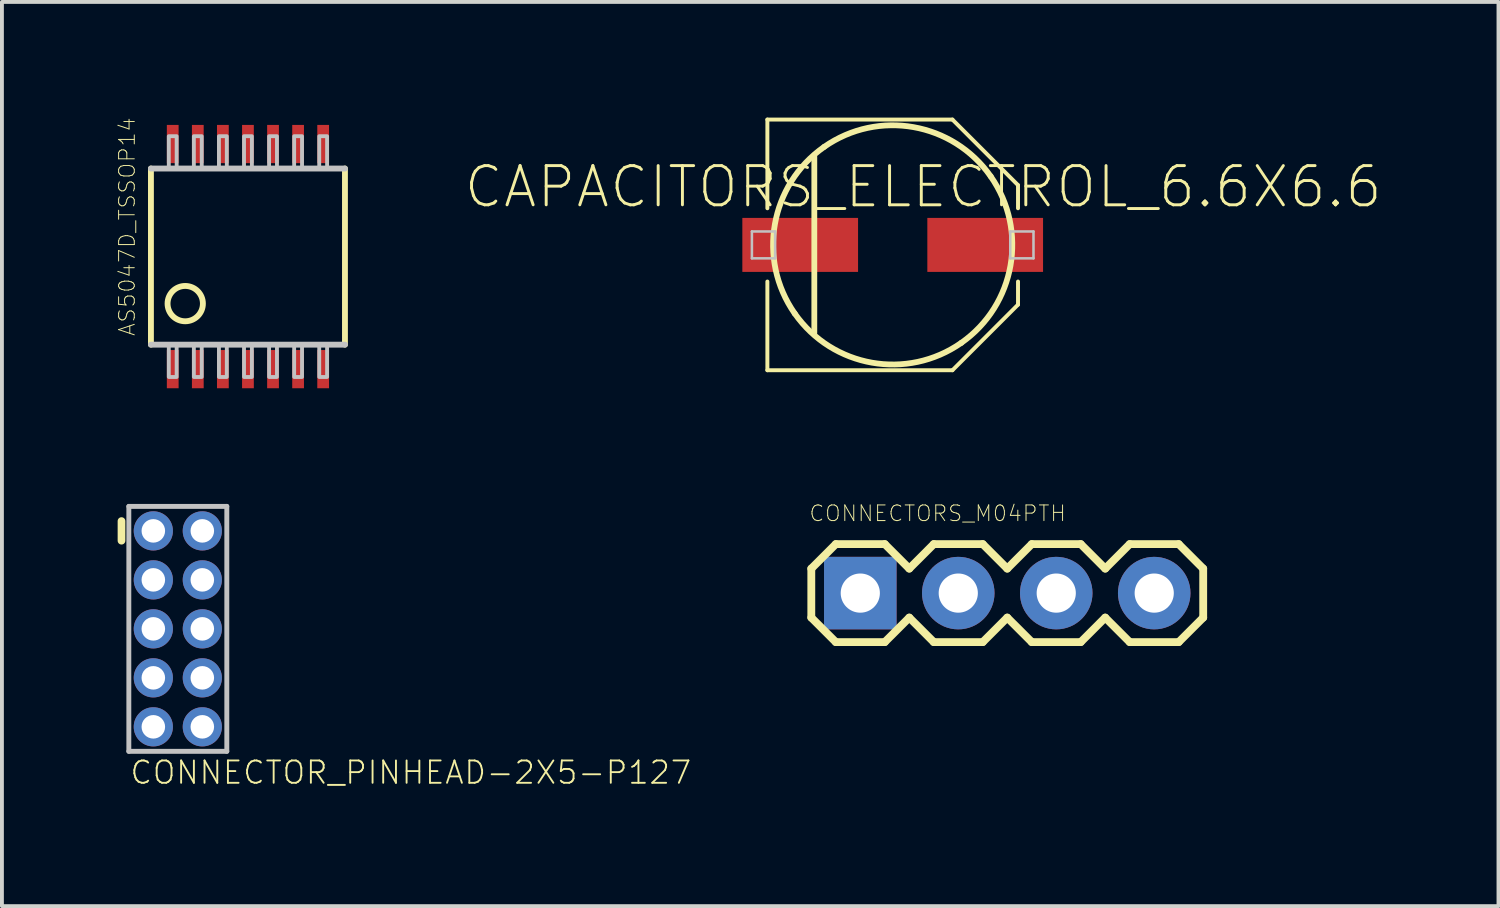
<source format=kicad_pcb>
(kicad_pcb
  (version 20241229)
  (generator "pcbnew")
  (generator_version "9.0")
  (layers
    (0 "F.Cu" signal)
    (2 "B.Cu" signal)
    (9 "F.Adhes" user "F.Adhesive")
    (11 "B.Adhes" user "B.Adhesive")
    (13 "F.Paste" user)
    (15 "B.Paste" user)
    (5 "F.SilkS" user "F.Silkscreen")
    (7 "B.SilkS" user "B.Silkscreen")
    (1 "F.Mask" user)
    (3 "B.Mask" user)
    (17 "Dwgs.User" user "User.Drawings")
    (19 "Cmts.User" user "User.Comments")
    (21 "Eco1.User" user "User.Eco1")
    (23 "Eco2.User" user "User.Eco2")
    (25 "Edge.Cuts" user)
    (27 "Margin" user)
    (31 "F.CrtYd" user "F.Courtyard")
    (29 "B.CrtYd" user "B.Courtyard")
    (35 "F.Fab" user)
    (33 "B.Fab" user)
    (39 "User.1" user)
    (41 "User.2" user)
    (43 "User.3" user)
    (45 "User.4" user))
  (footprint "CONNECTORS_M04PTH"
    (layer "F.Cu")
    (at 19.253 12.326)
    (property "Reference" "CONNECTORS_M04PTH" (at -1.346 -1.829 0) (layer "F.SilkS") (effects (font (size 0.406 0.406) (thickness 0.025)) (justify left bottom)))
    (attr through_hole)
    (fp_line (start -1.27 -0.635) (end -1.27 0.635) (stroke (width 0.203) (type solid)) (layer "F.SilkS"))
    (fp_line (start -1.27 0.635) (end -0.635 1.27) (stroke (width 0.203) (type solid)) (layer "F.SilkS"))
    (fp_line (start -0.635 -1.27) (end -1.27 -0.635) (stroke (width 0.203) (type solid)) (layer "F.SilkS"))
    (fp_line (start -0.635 -1.27) (end 0.635 -1.27) (stroke (width 0.203) (type solid)) (layer "F.SilkS"))
    (fp_line (start 0.635 -1.27) (end 1.27 -0.635) (stroke (width 0.203) (type solid)) (layer "F.SilkS"))
    (fp_line (start 0.635 1.27) (end -0.635 1.27) (stroke (width 0.203) (type solid)) (layer "F.SilkS"))
    (fp_line (start 1.27 -0.635) (end 1.905 -1.27) (stroke (width 0.203) (type solid)) (layer "F.SilkS"))
    (fp_line (start 1.27 0.635) (end 0.635 1.27) (stroke (width 0.203) (type solid)) (layer "F.SilkS"))
    (fp_line (start 1.905 -1.27) (end 3.175 -1.27) (stroke (width 0.203) (type solid)) (layer "F.SilkS"))
    (fp_line (start 1.905 1.27) (end 1.27 0.635) (stroke (width 0.203) (type solid)) (layer "F.SilkS"))
    (fp_line (start 3.175 -1.27) (end 3.81 -0.635) (stroke (width 0.203) (type solid)) (layer "F.SilkS"))
    (fp_line (start 3.175 1.27) (end 1.905 1.27) (stroke (width 0.203) (type solid)) (layer "F.SilkS"))
    (fp_line (start 3.81 -0.635) (end 4.445 -1.27) (stroke (width 0.203) (type solid)) (layer "F.SilkS"))
    (fp_line (start 3.81 0.635) (end 3.175 1.27) (stroke (width 0.203) (type solid)) (layer "F.SilkS"))
    (fp_line (start 4.445 -1.27) (end 5.715 -1.27) (stroke (width 0.203) (type solid)) (layer "F.SilkS"))
    (fp_line (start 4.445 1.27) (end 3.81 0.635) (stroke (width 0.203) (type solid)) (layer "F.SilkS"))
    (fp_line (start 5.715 -1.27) (end 6.35 -0.635) (stroke (width 0.203) (type solid)) (layer "F.SilkS"))
    (fp_line (start 5.715 1.27) (end 4.445 1.27) (stroke (width 0.203) (type solid)) (layer "F.SilkS"))
    (fp_line (start 6.35 0.635) (end 5.715 1.27) (stroke (width 0.203) (type solid)) (layer "F.SilkS"))
    (fp_line (start 6.35 0.635) (end 6.985 1.27) (stroke (width 0.203) (type solid)) (layer "F.SilkS"))
    (fp_line (start 6.985 -1.27) (end 6.35 -0.635) (stroke (width 0.203) (type solid)) (layer "F.SilkS"))
    (fp_line (start 6.985 -1.27) (end 8.255 -1.27) (stroke (width 0.203) (type solid)) (layer "F.SilkS"))
    (fp_line (start 8.255 -1.27) (end 8.89 -0.635) (stroke (width 0.203) (type solid)) (layer "F.SilkS"))
    (fp_line (start 8.255 1.27) (end 6.985 1.27) (stroke (width 0.203) (type solid)) (layer "F.SilkS"))
    (fp_line (start 8.89 -0.635) (end 8.89 0.635) (stroke (width 0.203) (type solid)) (layer "F.SilkS"))
    (fp_line (start 8.89 0.635) (end 8.255 1.27) (stroke (width 0.203) (type solid)) (layer "F.SilkS"))
    (fp_poly (pts (xy -0.254 0.254) (xy 0.254 0.254) (xy 0.254 -0.254) (xy -0.254 -0.254)) (stroke (width 0.1) (type solid)) (fill no) (layer "Dwgs.User"))
    (fp_poly (pts (xy 2.286 0.254) (xy 2.794 0.254) (xy 2.794 -0.254) (xy 2.286 -0.254)) (stroke (width 0.1) (type solid)) (fill no) (layer "Dwgs.User"))
    (fp_poly (pts (xy 4.826 0.254) (xy 5.334 0.254) (xy 5.334 -0.254) (xy 4.826 -0.254)) (stroke (width 0.1) (type solid)) (fill no) (layer "Dwgs.User"))
    (fp_poly (pts (xy 7.366 0.254) (xy 7.874 0.254) (xy 7.874 -0.254) (xy 7.366 -0.254)) (stroke (width 0.1) (type solid)) (fill no) (layer "Dwgs.User"))
    (pad "1" thru_hole rect (at 0 0 90) (size 1.88 1.88) (drill 1.016) (layers "*.Cu" "*.Mask"))
    (pad "2" thru_hole circle (at 2.54 0 90) (size 1.88 1.88) (drill 1.016) (layers "*.Cu" "*.Mask"))
    (pad "3" thru_hole circle (at 5.08 0 90) (size 1.88 1.88) (drill 1.016) (layers "*.Cu" "*.Mask"))
    (pad "4" thru_hole circle (at 7.62 0 90) (size 1.88 1.88) (drill 1.016) (layers "*.Cu" "*.Mask")))
  (footprint "CONNECTOR_PINHEAD-2X5-P127"
    (layer "F.Cu")
    (at 1.56 13.253)
    (property "Reference" "CONNECTOR_PINHEAD-2X5-P127" (at -1.27 4.064 0) (layer "F.SilkS") (effects (font (size 0.579 0.579) (thickness 0.049)) (justify left bottom)))
    (attr through_hole)
    (fp_line (start -1.46 -2.794) (end -1.46 -2.286) (stroke (width 0.2) (type solid)) (layer "F.SilkS"))
    (fp_line (start -1.27 -3.175) (end 1.27 -3.175) (stroke (width 0.127) (type solid)) (layer "Dwgs.User"))
    (fp_line (start -1.27 3.175) (end -1.27 -3.175) (stroke (width 0.127) (type solid)) (layer "Dwgs.User"))
    (fp_line (start 1.27 -3.175) (end 1.27 3.175) (stroke (width 0.127) (type solid)) (layer "Dwgs.User"))
    (fp_line (start 1.27 3.175) (end -1.27 3.175) (stroke (width 0.127) (type solid)) (layer "Dwgs.User"))
    (pad "1" thru_hole circle (at -0.635 -2.54 180) (size 1.016 1.016) (drill 0.61) (layers "*.Cu" "*.Mask"))
    (pad "2" thru_hole circle (at 0.635 -2.54) (size 1.016 1.016) (drill 0.61) (layers "*.Cu" "*.Mask"))
    (pad "3" thru_hole circle (at -0.635 -1.27 180) (size 1.016 1.016) (drill 0.61) (layers "*.Cu" "*.Mask"))
    (pad "4" thru_hole circle (at 0.635 -1.27) (size 1.016 1.016) (drill 0.61) (layers "*.Cu" "*.Mask"))
    (pad "5" thru_hole circle (at -0.635 0 180) (size 1.016 1.016) (drill 0.61) (layers "*.Cu" "*.Mask"))
    (pad "6" thru_hole circle (at 0.635 0) (size 1.016 1.016) (drill 0.61) (layers "*.Cu" "*.Mask"))
    (pad "7" thru_hole circle (at -0.635 1.27 180) (size 1.016 1.016) (drill 0.61) (layers "*.Cu" "*.Mask"))
    (pad "8" thru_hole circle (at 0.635 1.27) (size 1.016 1.016) (drill 0.61) (layers "*.Cu" "*.Mask"))
    (pad "9" thru_hole circle (at -0.635 2.54 180) (size 1.016 1.016) (drill 0.61) (layers "*.Cu" "*.Mask"))
    (pad "10" thru_hole circle (at 0.635 2.54) (size 1.016 1.016) (drill 0.61) (layers "*.Cu" "*.Mask")))
  (footprint "AS5047D_TSSOP14"
    (layer "F.Cu")
    (at 3.378 3.602)
    (property "Reference" "AS5047D_TSSOP14" (at -2.896 2.083 90) (layer "F.SilkS") (effects (font (size 0.406 0.406) (thickness 0.025)) (justify left bottom)))
    (attr through_hole)
    (fp_line (start -2.515 2.283) (end -2.515 -2.283) (stroke (width 0.152) (type solid)) (layer "F.SilkS"))
    (fp_line (start 2.515 -2.283) (end 2.515 2.283) (stroke (width 0.152) (type solid)) (layer "F.SilkS"))
    (fp_circle (center -1.626 1.219) (end -1.168 1.219) (stroke (width 0.152) (type solid)) (fill no) (layer "F.SilkS"))
    (fp_line (start -2.515 2.283) (end 2.515 2.283) (stroke (width 0.152) (type solid)) (layer "Dwgs.User"))
    (fp_line (start 2.515 -2.283) (end -2.515 -2.283) (stroke (width 0.152) (type solid)) (layer "Dwgs.User"))
    (fp_poly (pts (xy -2.052 -2.283) (xy -1.848 -2.283) (xy -1.848 -3.121) (xy -2.052 -3.121)) (stroke (width 0.1) (type solid)) (fill no) (layer "Dwgs.User"))
    (fp_poly (pts (xy -2.052 3.121) (xy -1.848 3.121) (xy -1.848 2.283) (xy -2.052 2.283)) (stroke (width 0.1) (type solid)) (fill no) (layer "Dwgs.User"))
    (fp_poly (pts (xy -1.402 -2.283) (xy -1.198 -2.283) (xy -1.198 -3.121) (xy -1.402 -3.121)) (stroke (width 0.1) (type solid)) (fill no) (layer "Dwgs.User"))
    (fp_poly (pts (xy -1.402 3.121) (xy -1.198 3.121) (xy -1.198 2.283) (xy -1.402 2.283)) (stroke (width 0.1) (type solid)) (fill no) (layer "Dwgs.User"))
    (fp_poly (pts (xy -0.752 -2.283) (xy -0.548 -2.283) (xy -0.548 -3.121) (xy -0.752 -3.121)) (stroke (width 0.1) (type solid)) (fill no) (layer "Dwgs.User"))
    (fp_poly (pts (xy -0.752 3.121) (xy -0.548 3.121) (xy -0.548 2.283) (xy -0.752 2.283)) (stroke (width 0.1) (type solid)) (fill no) (layer "Dwgs.User"))
    (fp_poly (pts (xy -0.102 -2.283) (xy 0.102 -2.283) (xy 0.102 -3.121) (xy -0.102 -3.121)) (stroke (width 0.1) (type solid)) (fill no) (layer "Dwgs.User"))
    (fp_poly (pts (xy -0.102 3.121) (xy 0.102 3.121) (xy 0.102 2.283) (xy -0.102 2.283)) (stroke (width 0.1) (type solid)) (fill no) (layer "Dwgs.User"))
    (fp_poly (pts (xy 0.548 -2.283) (xy 0.752 -2.283) (xy 0.752 -3.121) (xy 0.548 -3.121)) (stroke (width 0.1) (type solid)) (fill no) (layer "Dwgs.User"))
    (fp_poly (pts (xy 0.548 3.121) (xy 0.752 3.121) (xy 0.752 2.283) (xy 0.548 2.283)) (stroke (width 0.1) (type solid)) (fill no) (layer "Dwgs.User"))
    (fp_poly (pts (xy 1.198 -2.283) (xy 1.402 -2.283) (xy 1.402 -3.121) (xy 1.198 -3.121)) (stroke (width 0.1) (type solid)) (fill no) (layer "Dwgs.User"))
    (fp_poly (pts (xy 1.198 3.121) (xy 1.402 3.121) (xy 1.402 2.283) (xy 1.198 2.283)) (stroke (width 0.1) (type solid)) (fill no) (layer "Dwgs.User"))
    (fp_poly (pts (xy 1.848 -2.283) (xy 2.052 -2.283) (xy 2.052 -3.121) (xy 1.848 -3.121)) (stroke (width 0.1) (type solid)) (fill no) (layer "Dwgs.User"))
    (fp_poly (pts (xy 1.848 3.121) (xy 2.052 3.121) (xy 2.052 2.283) (xy 1.848 2.283)) (stroke (width 0.1) (type solid)) (fill no) (layer "Dwgs.User"))
    (pad "1" smd rect (at -1.95 2.918) (size 0.305 0.991) (layers "F.Cu" "F.Mask" "F.Paste"))
    (pad "2" smd rect (at -1.3 2.918) (size 0.305 0.991) (layers "F.Cu" "F.Mask" "F.Paste"))
    (pad "3" smd rect (at -0.65 2.918) (size 0.305 0.991) (layers "F.Cu" "F.Mask" "F.Paste"))
    (pad "4" smd rect (at 0 2.918) (size 0.305 0.991) (layers "F.Cu" "F.Mask" "F.Paste"))
    (pad "5" smd rect (at 0.65 2.918) (size 0.305 0.991) (layers "F.Cu" "F.Mask" "F.Paste"))
    (pad "6" smd rect (at 1.3 2.918) (size 0.305 0.991) (layers "F.Cu" "F.Mask" "F.Paste"))
    (pad "7" smd rect (at 1.95 2.918) (size 0.305 0.991) (layers "F.Cu" "F.Mask" "F.Paste"))
    (pad "8" smd rect (at 1.95 -2.918) (size 0.305 0.991) (layers "F.Cu" "F.Mask" "F.Paste"))
    (pad "9" smd rect (at 1.3 -2.918) (size 0.305 0.991) (layers "F.Cu" "F.Mask" "F.Paste"))
    (pad "10" smd rect (at 0.65 -2.918) (size 0.305 0.991) (layers "F.Cu" "F.Mask" "F.Paste"))
    (pad "11" smd rect (at 0 -2.918) (size 0.305 0.991) (layers "F.Cu" "F.Mask" "F.Paste"))
    (pad "12" smd rect (at -0.65 -2.918) (size 0.305 0.991) (layers "F.Cu" "F.Mask" "F.Paste"))
    (pad "13" smd rect (at -1.3 -2.918) (size 0.305 0.991) (layers "F.Cu" "F.Mask" "F.Paste"))
    (pad "14" smd rect (at -1.95 -2.918) (size 0.305 0.991) (layers "F.Cu" "F.Mask" "F.Paste")))
  (footprint "CAPACITORS_ELECTROL_6.6X6.6"
    (layer "F.Cu")
    (at 20.093 3.299)
    (property "Reference" "CAPACITORS_ELECTROL_6.6X6.6" (at 0.79 -1.506 0) (layer "F.SilkS") (effects (font (size 1.016 1.016) (thickness 0.076))))
    (attr smd)
    (fp_line (start -3.249 -3.249) (end 1.549 -3.249) (stroke (width 0.102) (type solid)) (layer "F.SilkS"))
    (fp_line (start -3.249 -0.95) (end -3.249 -3.249) (stroke (width 0.102) (type solid)) (layer "F.SilkS"))
    (fp_line (start -3.249 3.249) (end -3.249 0.95) (stroke (width 0.102) (type solid)) (layer "F.SilkS"))
    (fp_line (start -2.032 -2.286) (end -2.032 2.286) (stroke (width 0.15) (type solid)) (layer "F.SilkS"))
    (fp_line (start 1.549 -3.249) (end 3.249 -1.549) (stroke (width 0.102) (type solid)) (layer "F.SilkS"))
    (fp_line (start 1.549 3.249) (end -3.249 3.249) (stroke (width 0.102) (type solid)) (layer "F.SilkS"))
    (fp_line (start 3.249 -1.549) (end 3.249 -0.95) (stroke (width 0.102) (type solid)) (layer "F.SilkS"))
    (fp_line (start 3.249 0.95) (end 3.249 1.549) (stroke (width 0.102) (type solid)) (layer "F.SilkS"))
    (fp_line (start 3.249 1.549) (end 1.549 3.249) (stroke (width 0.102) (type solid)) (layer "F.SilkS"))
    (fp_arc (start -2.54 1.778) (mid -3.053287 -0.538815) (end -1.778 -2.54) (stroke (width 0.15) (type solid)) (layer "F.SilkS"))
    (fp_arc (start -1.778 -2.54) (mid 0.538815 -3.053287) (end 2.54 -1.778) (stroke (width 0.15) (type solid)) (layer "F.SilkS"))
    (fp_arc (start 1.778 2.54) (mid -0.538815 3.053287) (end -2.54 1.778) (stroke (width 0.15) (type solid)) (layer "F.SilkS"))
    (fp_arc (start 2.54 -1.778) (mid 3.053287 0.538815) (end 1.778 2.54) (stroke (width 0.15) (type solid)) (layer "F.SilkS"))
    (fp_line (start -3.65 -0.348) (end -3.048 -0.348) (stroke (width 0.066) (type solid)) (layer "Dwgs.User"))
    (fp_line (start -3.65 0.348) (end -3.65 -0.348) (stroke (width 0.066) (type solid)) (layer "Dwgs.User"))
    (fp_line (start -3.65 0.348) (end -3.048 0.348) (stroke (width 0.066) (type solid)) (layer "Dwgs.User"))
    (fp_line (start -3.048 0.348) (end -3.048 -0.348) (stroke (width 0.066) (type solid)) (layer "Dwgs.User"))
    (fp_line (start 3.048 -0.348) (end 3.65 -0.348) (stroke (width 0.066) (type solid)) (layer "Dwgs.User"))
    (fp_line (start 3.048 0.348) (end 3.048 -0.348) (stroke (width 0.066) (type solid)) (layer "Dwgs.User"))
    (fp_line (start 3.048 0.348) (end 3.65 0.348) (stroke (width 0.066) (type solid)) (layer "Dwgs.User"))
    (fp_line (start 3.65 0.348) (end 3.65 -0.348) (stroke (width 0.066) (type solid)) (layer "Dwgs.User"))
    (pad "+" smd rect (at 2.398 0) (size 3 1.4) (layers "F.Cu" "F.Mask" "F.Paste"))
    (pad "-" smd rect (at -2.398 0) (size 3 1.4) (layers "F.Cu" "F.Mask" "F.Paste")))
  (gr_rect
    (start -3 -3)
    (end 35.798 20.441)
    (stroke (width 0.1) (type default))
    (fill no)
    (layer "Edge.Cuts")))
</source>
